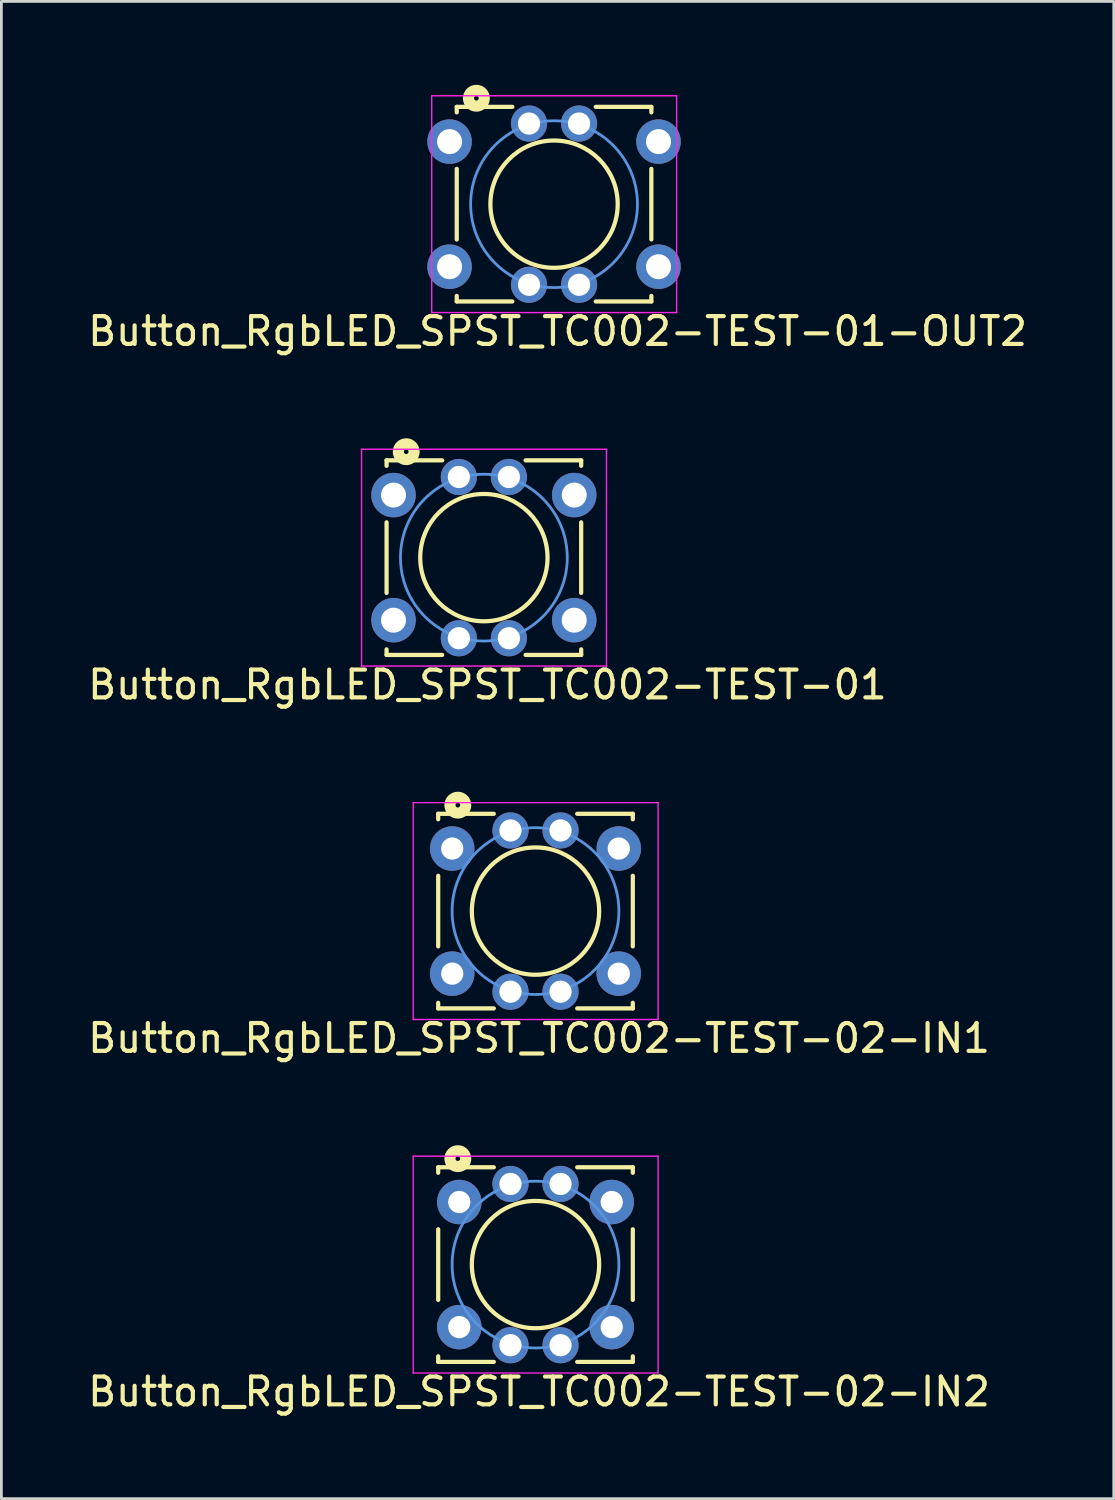
<source format=kicad_pcb>
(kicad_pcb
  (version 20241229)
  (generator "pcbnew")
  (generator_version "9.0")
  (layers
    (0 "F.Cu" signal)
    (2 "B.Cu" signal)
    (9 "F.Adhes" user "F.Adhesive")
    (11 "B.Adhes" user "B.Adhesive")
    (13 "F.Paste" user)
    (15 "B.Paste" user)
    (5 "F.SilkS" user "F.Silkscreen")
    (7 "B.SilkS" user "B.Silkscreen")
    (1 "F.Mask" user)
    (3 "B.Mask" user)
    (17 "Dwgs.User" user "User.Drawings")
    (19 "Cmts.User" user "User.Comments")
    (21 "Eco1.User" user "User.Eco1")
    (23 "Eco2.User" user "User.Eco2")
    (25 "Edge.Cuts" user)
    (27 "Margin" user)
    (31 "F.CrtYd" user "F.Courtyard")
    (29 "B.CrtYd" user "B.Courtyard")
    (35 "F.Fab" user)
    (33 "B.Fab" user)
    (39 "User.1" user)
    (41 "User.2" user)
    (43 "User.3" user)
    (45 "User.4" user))
  (footprint "Button_RgbLED_SPST_TC002-TEST-01"
    (layer "F.Cu")
    (at 14.355 17.008)
    (property "Reference" "Button_RgbLED_SPST_TC002-TEST-01" (at 0.127 4.572 0) (layer "F.SilkS") (effects (font (size 1 1) (thickness 0.15))))
    (attr through_hole)
    (fp_line (start -3.5 -3.5) (end -3.5 -3.302) (stroke (width 0.152) (type solid)) (layer "F.SilkS"))
    (fp_line (start -3.5 -1.27) (end -3.5 1.27) (stroke (width 0.152) (type solid)) (layer "F.SilkS"))
    (fp_line (start -3.5 3.5) (end -3.5 3.3) (stroke (width 0.152) (type solid)) (layer "F.SilkS"))
    (fp_line (start -1.5 -3.5) (end -3.5 -3.5) (stroke (width 0.152) (type solid)) (layer "F.SilkS"))
    (fp_line (start -1.5 3.5) (end -3.5 3.5) (stroke (width 0.152) (type solid)) (layer "F.SilkS"))
    (fp_line (start 1.5 -3.5) (end 3.5 -3.5) (stroke (width 0.152) (type solid)) (layer "F.SilkS"))
    (fp_line (start 1.5 3.5) (end 3.5 3.5) (stroke (width 0.152) (type solid)) (layer "F.SilkS"))
    (fp_line (start 3.5 -3.5) (end 3.5 -3.302) (stroke (width 0.152) (type solid)) (layer "F.SilkS"))
    (fp_line (start 3.5 -1.27) (end 3.5 1.27) (stroke (width 0.152) (type solid)) (layer "F.SilkS"))
    (fp_line (start 3.5 3.5) (end 3.5 3.3) (stroke (width 0.152) (type solid)) (layer "F.SilkS"))
    (fp_circle (center -2.794 -3.81) (end -2.921 -4.064) (stroke (width 0.4) (type solid)) (fill no) (layer "F.SilkS"))
    (fp_circle (center 0 0) (end -0.127 -2.286) (stroke (width 0.152) (type solid)) (fill no) (layer "F.SilkS"))
    (fp_circle (center 0 0) (end 3 0) (stroke (width 0.1) (type solid)) (fill no) (layer "Cmts.User"))
    (fp_line (start -4.4 -3.9) (end 4.41 -3.9) (stroke (width 0.05) (type solid)) (layer "F.CrtYd"))
    (fp_line (start -4.4 3.9) (end -4.4 -3.9) (stroke (width 0.05) (type solid)) (layer "F.CrtYd"))
    (fp_line (start 4.41 -3.9) (end 4.41 3.9) (stroke (width 0.05) (type solid)) (layer "F.CrtYd"))
    (fp_line (start 4.41 3.9) (end -4.4 3.9) (stroke (width 0.05) (type solid)) (layer "F.CrtYd"))
    (pad "1" thru_hole circle (at -3.25 -2.25) (size 1.6 1.6) (drill 0.9) (layers "*.Cu" "*.Mask"))
    (pad "2" thru_hole circle (at 3.25 -2.25) (size 1.6 1.6) (drill 0.9) (layers "*.Cu" "*.Mask"))
    (pad "3" thru_hole circle (at -3.25 2.25) (size 1.6 1.6) (drill 0.9) (layers "*.Cu" "*.Mask"))
    (pad "4" thru_hole circle (at 3.25 2.25) (size 1.6 1.6) (drill 0.9) (layers "*.Cu" "*.Mask"))
    (pad "5" thru_hole circle (at -0.9 -2.9) (size 1.3 1.3) (drill 0.8) (layers "*.Cu" "*.Mask"))
    (pad "6" thru_hole circle (at 0.9 -2.9) (size 1.3 1.3) (drill 0.8) (layers "*.Cu" "*.Mask"))
    (pad "7" thru_hole circle (at 0.9 2.9) (size 1.3 1.3) (drill 0.8) (layers "*.Cu" "*.Mask"))
    (pad "8" thru_hole circle (at -0.9 2.9) (size 1.3 1.3) (drill 0.8) (layers "*.Cu" "*.Mask")))
  (footprint "Button_RgbLED_SPST_TC002-TEST-01-OUT2"
    (layer "F.Cu")
    (at 16.879 4.294)
    (property "Reference" "Button_RgbLED_SPST_TC002-TEST-01-OUT2" (at 0.127 4.572 0) (layer "F.SilkS") (effects (font (size 1 1) (thickness 0.15))))
    (attr through_hole)
    (fp_line (start -3.5 -3.5) (end -3.5 -3.302) (stroke (width 0.152) (type solid)) (layer "F.SilkS"))
    (fp_line (start -3.5 -1.27) (end -3.5 1.27) (stroke (width 0.152) (type solid)) (layer "F.SilkS"))
    (fp_line (start -3.5 3.5) (end -3.5 3.3) (stroke (width 0.152) (type solid)) (layer "F.SilkS"))
    (fp_line (start -1.5 -3.5) (end -3.5 -3.5) (stroke (width 0.152) (type solid)) (layer "F.SilkS"))
    (fp_line (start -1.5 3.5) (end -3.5 3.5) (stroke (width 0.152) (type solid)) (layer "F.SilkS"))
    (fp_line (start 1.5 -3.5) (end 3.5 -3.5) (stroke (width 0.152) (type solid)) (layer "F.SilkS"))
    (fp_line (start 1.5 3.5) (end 3.5 3.5) (stroke (width 0.152) (type solid)) (layer "F.SilkS"))
    (fp_line (start 3.5 -3.5) (end 3.5 -3.302) (stroke (width 0.152) (type solid)) (layer "F.SilkS"))
    (fp_line (start 3.5 -1.27) (end 3.5 1.27) (stroke (width 0.152) (type solid)) (layer "F.SilkS"))
    (fp_line (start 3.5 3.5) (end 3.5 3.3) (stroke (width 0.152) (type solid)) (layer "F.SilkS"))
    (fp_circle (center -2.794 -3.81) (end -2.921 -4.064) (stroke (width 0.4) (type solid)) (fill no) (layer "F.SilkS"))
    (fp_circle (center 0 0) (end -0.127 -2.286) (stroke (width 0.152) (type solid)) (fill no) (layer "F.SilkS"))
    (fp_circle (center 0 0) (end 3 0) (stroke (width 0.1) (type solid)) (fill no) (layer "Cmts.User"))
    (fp_line (start -4.4 -3.9) (end 4.41 -3.9) (stroke (width 0.05) (type solid)) (layer "F.CrtYd"))
    (fp_line (start -4.4 3.9) (end -4.4 -3.9) (stroke (width 0.05) (type solid)) (layer "F.CrtYd"))
    (fp_line (start 4.41 -3.9) (end 4.41 3.9) (stroke (width 0.05) (type solid)) (layer "F.CrtYd"))
    (fp_line (start 4.41 3.9) (end -4.4 3.9) (stroke (width 0.05) (type solid)) (layer "F.CrtYd"))
    (pad "1" thru_hole circle (at -3.758 -2.25) (size 1.6 1.6) (drill 0.9) (layers "*.Cu" "*.Mask"))
    (pad "2" thru_hole circle (at 3.758 -2.25) (size 1.6 1.6) (drill 0.9) (layers "*.Cu" "*.Mask"))
    (pad "3" thru_hole circle (at -3.758 2.25) (size 1.6 1.6) (drill 0.9) (layers "*.Cu" "*.Mask"))
    (pad "4" thru_hole circle (at 3.758 2.25) (size 1.6 1.6) (drill 0.9) (layers "*.Cu" "*.Mask"))
    (pad "5" thru_hole circle (at -0.9 -2.9) (size 1.3 1.3) (drill 0.8) (layers "*.Cu" "*.Mask"))
    (pad "6" thru_hole circle (at 0.9 -2.9) (size 1.3 1.3) (drill 0.8) (layers "*.Cu" "*.Mask"))
    (pad "7" thru_hole circle (at 0.9 2.9) (size 1.3 1.3) (drill 0.8) (layers "*.Cu" "*.Mask"))
    (pad "8" thru_hole circle (at -0.9 2.9) (size 1.3 1.3) (drill 0.8) (layers "*.Cu" "*.Mask")))
  (footprint "Button_RgbLED_SPST_TC002-TEST-02-IN1"
    (layer "F.Cu")
    (at 16.212 29.722)
    (property "Reference" "Button_RgbLED_SPST_TC002-TEST-02-IN1" (at 0.127 4.572 0) (layer "F.SilkS") (effects (font (size 1 1) (thickness 0.15))))
    (attr through_hole)
    (fp_line (start -3.5 -3.5) (end -3.5 -3.302) (stroke (width 0.152) (type solid)) (layer "F.SilkS"))
    (fp_line (start -3.5 -1.27) (end -3.5 1.27) (stroke (width 0.152) (type solid)) (layer "F.SilkS"))
    (fp_line (start -3.5 3.5) (end -3.5 3.3) (stroke (width 0.152) (type solid)) (layer "F.SilkS"))
    (fp_line (start -1.5 -3.5) (end -3.5 -3.5) (stroke (width 0.152) (type solid)) (layer "F.SilkS"))
    (fp_line (start -1.5 3.5) (end -3.5 3.5) (stroke (width 0.152) (type solid)) (layer "F.SilkS"))
    (fp_line (start 1.5 -3.5) (end 3.5 -3.5) (stroke (width 0.152) (type solid)) (layer "F.SilkS"))
    (fp_line (start 1.5 3.5) (end 3.5 3.5) (stroke (width 0.152) (type solid)) (layer "F.SilkS"))
    (fp_line (start 3.5 -3.5) (end 3.5 -3.302) (stroke (width 0.152) (type solid)) (layer "F.SilkS"))
    (fp_line (start 3.5 -1.27) (end 3.5 1.27) (stroke (width 0.152) (type solid)) (layer "F.SilkS"))
    (fp_line (start 3.5 3.5) (end 3.5 3.3) (stroke (width 0.152) (type solid)) (layer "F.SilkS"))
    (fp_circle (center -2.794 -3.81) (end -2.921 -4.064) (stroke (width 0.4) (type solid)) (fill no) (layer "F.SilkS"))
    (fp_circle (center 0 0) (end -0.127 -2.286) (stroke (width 0.152) (type solid)) (fill no) (layer "F.SilkS"))
    (fp_circle (center 0 0) (end 3 0) (stroke (width 0.1) (type solid)) (fill no) (layer "Cmts.User"))
    (fp_line (start -4.4 -3.9) (end 4.41 -3.9) (stroke (width 0.05) (type solid)) (layer "F.CrtYd"))
    (fp_line (start -4.4 3.9) (end -4.4 -3.9) (stroke (width 0.05) (type solid)) (layer "F.CrtYd"))
    (fp_line (start 4.41 -3.9) (end 4.41 3.9) (stroke (width 0.05) (type solid)) (layer "F.CrtYd"))
    (fp_line (start 4.41 3.9) (end -4.4 3.9) (stroke (width 0.05) (type solid)) (layer "F.CrtYd"))
    (pad "1" thru_hole circle (at -2.996 -2.25) (size 1.6 1.6) (drill 0.8) (layers "*.Cu" "*.Mask"))
    (pad "2" thru_hole circle (at 2.996 -2.25) (size 1.6 1.6) (drill 0.8) (layers "*.Cu" "*.Mask"))
    (pad "3" thru_hole circle (at -2.996 2.25) (size 1.6 1.6) (drill 0.8) (layers "*.Cu" "*.Mask"))
    (pad "4" thru_hole circle (at 2.996 2.25) (size 1.6 1.6) (drill 0.8) (layers "*.Cu" "*.Mask"))
    (pad "5" thru_hole circle (at -0.9 -2.9) (size 1.3 1.3) (drill 0.8) (layers "*.Cu" "*.Mask"))
    (pad "6" thru_hole circle (at 0.9 -2.9) (size 1.3 1.3) (drill 0.8) (layers "*.Cu" "*.Mask"))
    (pad "7" thru_hole circle (at 0.9 2.9) (size 1.3 1.3) (drill 0.8) (layers "*.Cu" "*.Mask"))
    (pad "8" thru_hole circle (at -0.9 2.9) (size 1.3 1.3) (drill 0.8) (layers "*.Cu" "*.Mask")))
  (footprint "Button_RgbLED_SPST_TC002-TEST-02-IN2"
    (layer "F.Cu")
    (at 16.212 42.437)
    (property "Reference" "Button_RgbLED_SPST_TC002-TEST-02-IN2" (at 0.127 4.572 0) (layer "F.SilkS") (effects (font (size 1 1) (thickness 0.15))))
    (attr through_hole)
    (fp_line (start -3.5 -3.5) (end -3.5 -3.302) (stroke (width 0.152) (type solid)) (layer "F.SilkS"))
    (fp_line (start -3.5 -1.27) (end -3.5 1.27) (stroke (width 0.152) (type solid)) (layer "F.SilkS"))
    (fp_line (start -3.5 3.5) (end -3.5 3.3) (stroke (width 0.152) (type solid)) (layer "F.SilkS"))
    (fp_line (start -1.5 -3.5) (end -3.5 -3.5) (stroke (width 0.152) (type solid)) (layer "F.SilkS"))
    (fp_line (start -1.5 3.5) (end -3.5 3.5) (stroke (width 0.152) (type solid)) (layer "F.SilkS"))
    (fp_line (start 1.5 -3.5) (end 3.5 -3.5) (stroke (width 0.152) (type solid)) (layer "F.SilkS"))
    (fp_line (start 1.5 3.5) (end 3.5 3.5) (stroke (width 0.152) (type solid)) (layer "F.SilkS"))
    (fp_line (start 3.5 -3.5) (end 3.5 -3.302) (stroke (width 0.152) (type solid)) (layer "F.SilkS"))
    (fp_line (start 3.5 -1.27) (end 3.5 1.27) (stroke (width 0.152) (type solid)) (layer "F.SilkS"))
    (fp_line (start 3.5 3.5) (end 3.5 3.3) (stroke (width 0.152) (type solid)) (layer "F.SilkS"))
    (fp_circle (center -2.794 -3.81) (end -2.921 -4.064) (stroke (width 0.4) (type solid)) (fill no) (layer "F.SilkS"))
    (fp_circle (center 0 0) (end -0.127 -2.286) (stroke (width 0.152) (type solid)) (fill no) (layer "F.SilkS"))
    (fp_circle (center 0 0) (end 3 0) (stroke (width 0.1) (type solid)) (fill no) (layer "Cmts.User"))
    (fp_line (start -4.4 -3.9) (end 4.41 -3.9) (stroke (width 0.05) (type solid)) (layer "F.CrtYd"))
    (fp_line (start -4.4 3.9) (end -4.4 -3.9) (stroke (width 0.05) (type solid)) (layer "F.CrtYd"))
    (fp_line (start 4.41 -3.9) (end 4.41 3.9) (stroke (width 0.05) (type solid)) (layer "F.CrtYd"))
    (fp_line (start 4.41 3.9) (end -4.4 3.9) (stroke (width 0.05) (type solid)) (layer "F.CrtYd"))
    (pad "1" thru_hole circle (at -2.742 -2.25) (size 1.6 1.6) (drill 0.8) (layers "*.Cu" "*.Mask"))
    (pad "2" thru_hole circle (at 2.742 -2.25) (size 1.6 1.6) (drill 0.8) (layers "*.Cu" "*.Mask"))
    (pad "3" thru_hole circle (at -2.742 2.25) (size 1.6 1.6) (drill 0.8) (layers "*.Cu" "*.Mask"))
    (pad "4" thru_hole circle (at 2.742 2.25) (size 1.6 1.6) (drill 0.8) (layers "*.Cu" "*.Mask"))
    (pad "5" thru_hole circle (at -0.9 -2.9) (size 1.3 1.3) (drill 0.8) (layers "*.Cu" "*.Mask"))
    (pad "6" thru_hole circle (at 0.9 -2.9) (size 1.3 1.3) (drill 0.8) (layers "*.Cu" "*.Mask"))
    (pad "7" thru_hole circle (at 0.9 2.9) (size 1.3 1.3) (drill 0.8) (layers "*.Cu" "*.Mask"))
    (pad "8" thru_hole circle (at -0.9 2.9) (size 1.3 1.3) (drill 0.8) (layers "*.Cu" "*.Mask")))
  (gr_rect
    (start -3 -3)
    (end 37.012 50.857)
    (stroke (width 0.1) (type default))
    (fill no)
    (layer "Edge.Cuts")))
</source>
